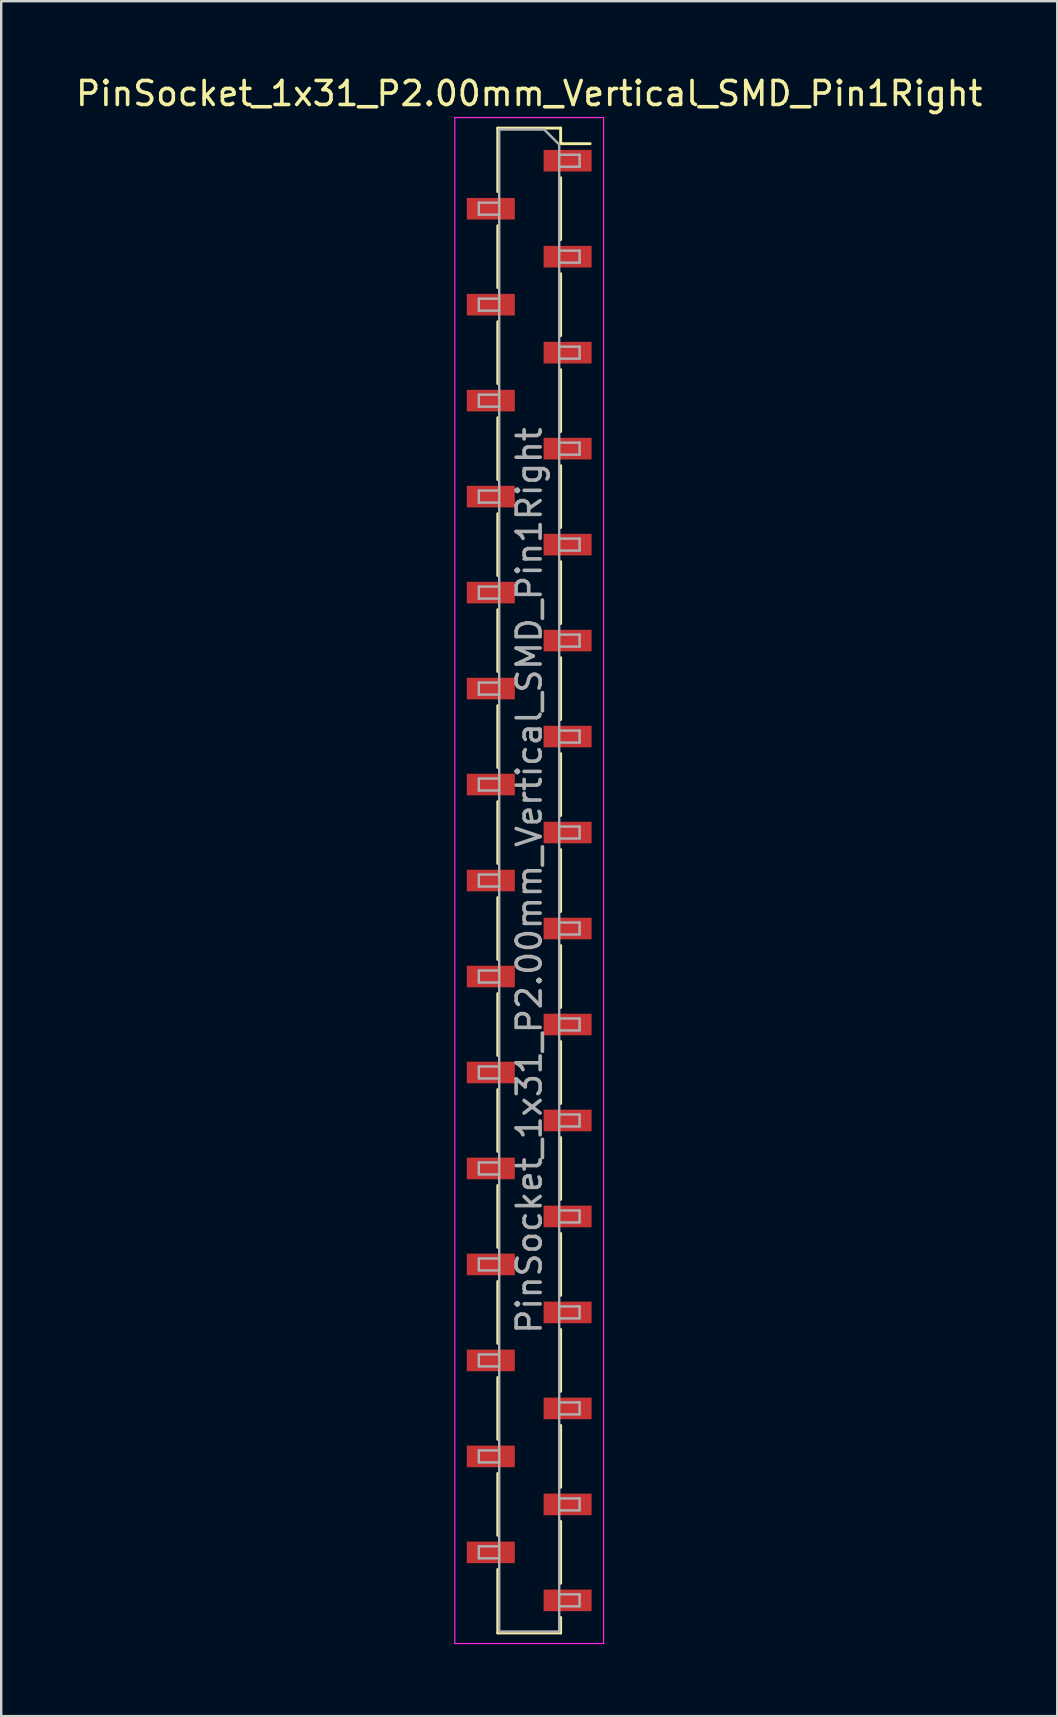
<source format=kicad_pcb>
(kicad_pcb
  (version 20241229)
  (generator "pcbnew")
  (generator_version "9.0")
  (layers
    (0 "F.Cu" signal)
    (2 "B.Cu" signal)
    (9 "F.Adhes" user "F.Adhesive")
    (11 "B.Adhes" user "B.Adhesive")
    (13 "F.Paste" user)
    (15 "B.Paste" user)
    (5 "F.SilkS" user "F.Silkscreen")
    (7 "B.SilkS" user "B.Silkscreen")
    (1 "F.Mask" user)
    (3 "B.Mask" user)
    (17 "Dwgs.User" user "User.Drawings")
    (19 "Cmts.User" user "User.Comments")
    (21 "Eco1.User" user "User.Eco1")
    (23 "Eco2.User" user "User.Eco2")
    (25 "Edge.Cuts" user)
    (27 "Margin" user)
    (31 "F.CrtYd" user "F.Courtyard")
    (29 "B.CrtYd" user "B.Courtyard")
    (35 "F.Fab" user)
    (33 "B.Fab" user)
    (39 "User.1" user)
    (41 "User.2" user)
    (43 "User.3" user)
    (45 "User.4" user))
  (footprint "PinSocket_1x31_P2.00mm_Vertical_SMD_Pin1Right"
    (layer "F.Cu")
    (at 19.006 33.648)
    (property "Reference" "PinSocket_1x31_P2.00mm_Vertical_SMD_Pin1Right" (at 0 -32.8 0) (layer "F.SilkS") (effects (font (size 1 1) (thickness 0.15))))
    (attr smd)
    (fp_line (start -1.31 -31.36) (end -1.31 -28.71) (stroke (width 0.12) (type solid)) (layer "F.SilkS"))
    (fp_line (start -1.31 -31.36) (end 1.31 -31.36) (stroke (width 0.12) (type solid)) (layer "F.SilkS"))
    (fp_line (start -1.31 -27.29) (end -1.31 -24.71) (stroke (width 0.12) (type solid)) (layer "F.SilkS"))
    (fp_line (start -1.31 -23.29) (end -1.31 -20.71) (stroke (width 0.12) (type solid)) (layer "F.SilkS"))
    (fp_line (start -1.31 -19.29) (end -1.31 -16.71) (stroke (width 0.12) (type solid)) (layer "F.SilkS"))
    (fp_line (start -1.31 -15.29) (end -1.31 -12.71) (stroke (width 0.12) (type solid)) (layer "F.SilkS"))
    (fp_line (start -1.31 -11.29) (end -1.31 -8.71) (stroke (width 0.12) (type solid)) (layer "F.SilkS"))
    (fp_line (start -1.31 -7.29) (end -1.31 -4.71) (stroke (width 0.12) (type solid)) (layer "F.SilkS"))
    (fp_line (start -1.31 -3.29) (end -1.31 -0.71) (stroke (width 0.12) (type solid)) (layer "F.SilkS"))
    (fp_line (start -1.31 0.71) (end -1.31 3.29) (stroke (width 0.12) (type solid)) (layer "F.SilkS"))
    (fp_line (start -1.31 4.71) (end -1.31 7.29) (stroke (width 0.12) (type solid)) (layer "F.SilkS"))
    (fp_line (start -1.31 8.71) (end -1.31 11.29) (stroke (width 0.12) (type solid)) (layer "F.SilkS"))
    (fp_line (start -1.31 12.71) (end -1.31 15.29) (stroke (width 0.12) (type solid)) (layer "F.SilkS"))
    (fp_line (start -1.31 16.71) (end -1.31 19.29) (stroke (width 0.12) (type solid)) (layer "F.SilkS"))
    (fp_line (start -1.31 20.71) (end -1.31 23.29) (stroke (width 0.12) (type solid)) (layer "F.SilkS"))
    (fp_line (start -1.31 24.71) (end -1.31 27.29) (stroke (width 0.12) (type solid)) (layer "F.SilkS"))
    (fp_line (start -1.31 28.71) (end -1.31 31.36) (stroke (width 0.12) (type solid)) (layer "F.SilkS"))
    (fp_line (start -1.31 31.36) (end 1.31 31.36) (stroke (width 0.12) (type solid)) (layer "F.SilkS"))
    (fp_line (start 1.31 -31.36) (end 1.31 -30.71) (stroke (width 0.12) (type solid)) (layer "F.SilkS"))
    (fp_line (start 1.31 -30.71) (end 2.54 -30.71) (stroke (width 0.12) (type solid)) (layer "F.SilkS"))
    (fp_line (start 1.31 -29.29) (end 1.31 -26.71) (stroke (width 0.12) (type solid)) (layer "F.SilkS"))
    (fp_line (start 1.31 -25.29) (end 1.31 -22.71) (stroke (width 0.12) (type solid)) (layer "F.SilkS"))
    (fp_line (start 1.31 -21.29) (end 1.31 -18.71) (stroke (width 0.12) (type solid)) (layer "F.SilkS"))
    (fp_line (start 1.31 -17.29) (end 1.31 -14.71) (stroke (width 0.12) (type solid)) (layer "F.SilkS"))
    (fp_line (start 1.31 -13.29) (end 1.31 -10.71) (stroke (width 0.12) (type solid)) (layer "F.SilkS"))
    (fp_line (start 1.31 -9.29) (end 1.31 -6.71) (stroke (width 0.12) (type solid)) (layer "F.SilkS"))
    (fp_line (start 1.31 -5.29) (end 1.31 -2.71) (stroke (width 0.12) (type solid)) (layer "F.SilkS"))
    (fp_line (start 1.31 -1.29) (end 1.31 1.29) (stroke (width 0.12) (type solid)) (layer "F.SilkS"))
    (fp_line (start 1.31 2.71) (end 1.31 5.29) (stroke (width 0.12) (type solid)) (layer "F.SilkS"))
    (fp_line (start 1.31 6.71) (end 1.31 9.29) (stroke (width 0.12) (type solid)) (layer "F.SilkS"))
    (fp_line (start 1.31 10.71) (end 1.31 13.29) (stroke (width 0.12) (type solid)) (layer "F.SilkS"))
    (fp_line (start 1.31 14.71) (end 1.31 17.29) (stroke (width 0.12) (type solid)) (layer "F.SilkS"))
    (fp_line (start 1.31 18.71) (end 1.31 21.29) (stroke (width 0.12) (type solid)) (layer "F.SilkS"))
    (fp_line (start 1.31 22.71) (end 1.31 25.29) (stroke (width 0.12) (type solid)) (layer "F.SilkS"))
    (fp_line (start 1.31 26.71) (end 1.31 29.29) (stroke (width 0.12) (type solid)) (layer "F.SilkS"))
    (fp_line (start 1.31 30.71) (end 1.31 31.36) (stroke (width 0.12) (type solid)) (layer "F.SilkS"))
    (fp_line (start -3.1 -31.8) (end 3.1 -31.8) (stroke (width 0.05) (type solid)) (layer "F.CrtYd"))
    (fp_line (start -3.1 31.8) (end -3.1 -31.8) (stroke (width 0.05) (type solid)) (layer "F.CrtYd"))
    (fp_line (start 3.1 -31.8) (end 3.1 31.8) (stroke (width 0.05) (type solid)) (layer "F.CrtYd"))
    (fp_line (start 3.1 31.8) (end -3.1 31.8) (stroke (width 0.05) (type solid)) (layer "F.CrtYd"))
    (fp_line (start -2.1 -28.25) (end -1.25 -28.25) (stroke (width 0.1) (type solid)) (layer "F.Fab"))
    (fp_line (start -2.1 -27.75) (end -2.1 -28.25) (stroke (width 0.1) (type solid)) (layer "F.Fab"))
    (fp_line (start -2.1 -24.25) (end -1.25 -24.25) (stroke (width 0.1) (type solid)) (layer "F.Fab"))
    (fp_line (start -2.1 -23.75) (end -2.1 -24.25) (stroke (width 0.1) (type solid)) (layer "F.Fab"))
    (fp_line (start -2.1 -20.25) (end -1.25 -20.25) (stroke (width 0.1) (type solid)) (layer "F.Fab"))
    (fp_line (start -2.1 -19.75) (end -2.1 -20.25) (stroke (width 0.1) (type solid)) (layer "F.Fab"))
    (fp_line (start -2.1 -16.25) (end -1.25 -16.25) (stroke (width 0.1) (type solid)) (layer "F.Fab"))
    (fp_line (start -2.1 -15.75) (end -2.1 -16.25) (stroke (width 0.1) (type solid)) (layer "F.Fab"))
    (fp_line (start -2.1 -12.25) (end -1.25 -12.25) (stroke (width 0.1) (type solid)) (layer "F.Fab"))
    (fp_line (start -2.1 -11.75) (end -2.1 -12.25) (stroke (width 0.1) (type solid)) (layer "F.Fab"))
    (fp_line (start -2.1 -8.25) (end -1.25 -8.25) (stroke (width 0.1) (type solid)) (layer "F.Fab"))
    (fp_line (start -2.1 -7.75) (end -2.1 -8.25) (stroke (width 0.1) (type solid)) (layer "F.Fab"))
    (fp_line (start -2.1 -4.25) (end -1.25 -4.25) (stroke (width 0.1) (type solid)) (layer "F.Fab"))
    (fp_line (start -2.1 -3.75) (end -2.1 -4.25) (stroke (width 0.1) (type solid)) (layer "F.Fab"))
    (fp_line (start -2.1 -0.25) (end -1.25 -0.25) (stroke (width 0.1) (type solid)) (layer "F.Fab"))
    (fp_line (start -2.1 0.25) (end -2.1 -0.25) (stroke (width 0.1) (type solid)) (layer "F.Fab"))
    (fp_line (start -2.1 3.75) (end -1.25 3.75) (stroke (width 0.1) (type solid)) (layer "F.Fab"))
    (fp_line (start -2.1 4.25) (end -2.1 3.75) (stroke (width 0.1) (type solid)) (layer "F.Fab"))
    (fp_line (start -2.1 7.75) (end -1.25 7.75) (stroke (width 0.1) (type solid)) (layer "F.Fab"))
    (fp_line (start -2.1 8.25) (end -2.1 7.75) (stroke (width 0.1) (type solid)) (layer "F.Fab"))
    (fp_line (start -2.1 11.75) (end -1.25 11.75) (stroke (width 0.1) (type solid)) (layer "F.Fab"))
    (fp_line (start -2.1 12.25) (end -2.1 11.75) (stroke (width 0.1) (type solid)) (layer "F.Fab"))
    (fp_line (start -2.1 15.75) (end -1.25 15.75) (stroke (width 0.1) (type solid)) (layer "F.Fab"))
    (fp_line (start -2.1 16.25) (end -2.1 15.75) (stroke (width 0.1) (type solid)) (layer "F.Fab"))
    (fp_line (start -2.1 19.75) (end -1.25 19.75) (stroke (width 0.1) (type solid)) (layer "F.Fab"))
    (fp_line (start -2.1 20.25) (end -2.1 19.75) (stroke (width 0.1) (type solid)) (layer "F.Fab"))
    (fp_line (start -2.1 23.75) (end -1.25 23.75) (stroke (width 0.1) (type solid)) (layer "F.Fab"))
    (fp_line (start -2.1 24.25) (end -2.1 23.75) (stroke (width 0.1) (type solid)) (layer "F.Fab"))
    (fp_line (start -2.1 27.75) (end -1.25 27.75) (stroke (width 0.1) (type solid)) (layer "F.Fab"))
    (fp_line (start -2.1 28.25) (end -2.1 27.75) (stroke (width 0.1) (type solid)) (layer "F.Fab"))
    (fp_line (start -1.25 -31.3) (end 0.625 -31.3) (stroke (width 0.1) (type solid)) (layer "F.Fab"))
    (fp_line (start -1.25 -27.75) (end -2.1 -27.75) (stroke (width 0.1) (type solid)) (layer "F.Fab"))
    (fp_line (start -1.25 -23.75) (end -2.1 -23.75) (stroke (width 0.1) (type solid)) (layer "F.Fab"))
    (fp_line (start -1.25 -19.75) (end -2.1 -19.75) (stroke (width 0.1) (type solid)) (layer "F.Fab"))
    (fp_line (start -1.25 -15.75) (end -2.1 -15.75) (stroke (width 0.1) (type solid)) (layer "F.Fab"))
    (fp_line (start -1.25 -11.75) (end -2.1 -11.75) (stroke (width 0.1) (type solid)) (layer "F.Fab"))
    (fp_line (start -1.25 -7.75) (end -2.1 -7.75) (stroke (width 0.1) (type solid)) (layer "F.Fab"))
    (fp_line (start -1.25 -3.75) (end -2.1 -3.75) (stroke (width 0.1) (type solid)) (layer "F.Fab"))
    (fp_line (start -1.25 0.25) (end -2.1 0.25) (stroke (width 0.1) (type solid)) (layer "F.Fab"))
    (fp_line (start -1.25 4.25) (end -2.1 4.25) (stroke (width 0.1) (type solid)) (layer "F.Fab"))
    (fp_line (start -1.25 8.25) (end -2.1 8.25) (stroke (width 0.1) (type solid)) (layer "F.Fab"))
    (fp_line (start -1.25 12.25) (end -2.1 12.25) (stroke (width 0.1) (type solid)) (layer "F.Fab"))
    (fp_line (start -1.25 16.25) (end -2.1 16.25) (stroke (width 0.1) (type solid)) (layer "F.Fab"))
    (fp_line (start -1.25 20.25) (end -2.1 20.25) (stroke (width 0.1) (type solid)) (layer "F.Fab"))
    (fp_line (start -1.25 24.25) (end -2.1 24.25) (stroke (width 0.1) (type solid)) (layer "F.Fab"))
    (fp_line (start -1.25 28.25) (end -2.1 28.25) (stroke (width 0.1) (type solid)) (layer "F.Fab"))
    (fp_line (start -1.25 31.3) (end -1.25 -31.3) (stroke (width 0.1) (type solid)) (layer "F.Fab"))
    (fp_line (start 0.625 -31.3) (end 1.25 -30.675) (stroke (width 0.1) (type solid)) (layer "F.Fab"))
    (fp_line (start 1.25 -30.675) (end 1.25 31.3) (stroke (width 0.1) (type solid)) (layer "F.Fab"))
    (fp_line (start 1.25 -30.25) (end 2.1 -30.25) (stroke (width 0.1) (type solid)) (layer "F.Fab"))
    (fp_line (start 1.25 -26.25) (end 2.1 -26.25) (stroke (width 0.1) (type solid)) (layer "F.Fab"))
    (fp_line (start 1.25 -22.25) (end 2.1 -22.25) (stroke (width 0.1) (type solid)) (layer "F.Fab"))
    (fp_line (start 1.25 -18.25) (end 2.1 -18.25) (stroke (width 0.1) (type solid)) (layer "F.Fab"))
    (fp_line (start 1.25 -14.25) (end 2.1 -14.25) (stroke (width 0.1) (type solid)) (layer "F.Fab"))
    (fp_line (start 1.25 -10.25) (end 2.1 -10.25) (stroke (width 0.1) (type solid)) (layer "F.Fab"))
    (fp_line (start 1.25 -6.25) (end 2.1 -6.25) (stroke (width 0.1) (type solid)) (layer "F.Fab"))
    (fp_line (start 1.25 -2.25) (end 2.1 -2.25) (stroke (width 0.1) (type solid)) (layer "F.Fab"))
    (fp_line (start 1.25 1.75) (end 2.1 1.75) (stroke (width 0.1) (type solid)) (layer "F.Fab"))
    (fp_line (start 1.25 5.75) (end 2.1 5.75) (stroke (width 0.1) (type solid)) (layer "F.Fab"))
    (fp_line (start 1.25 9.75) (end 2.1 9.75) (stroke (width 0.1) (type solid)) (layer "F.Fab"))
    (fp_line (start 1.25 13.75) (end 2.1 13.75) (stroke (width 0.1) (type solid)) (layer "F.Fab"))
    (fp_line (start 1.25 17.75) (end 2.1 17.75) (stroke (width 0.1) (type solid)) (layer "F.Fab"))
    (fp_line (start 1.25 21.75) (end 2.1 21.75) (stroke (width 0.1) (type solid)) (layer "F.Fab"))
    (fp_line (start 1.25 25.75) (end 2.1 25.75) (stroke (width 0.1) (type solid)) (layer "F.Fab"))
    (fp_line (start 1.25 29.75) (end 2.1 29.75) (stroke (width 0.1) (type solid)) (layer "F.Fab"))
    (fp_line (start 1.25 31.3) (end -1.25 31.3) (stroke (width 0.1) (type solid)) (layer "F.Fab"))
    (fp_line (start 2.1 -30.25) (end 2.1 -29.75) (stroke (width 0.1) (type solid)) (layer "F.Fab"))
    (fp_line (start 2.1 -29.75) (end 1.25 -29.75) (stroke (width 0.1) (type solid)) (layer "F.Fab"))
    (fp_line (start 2.1 -26.25) (end 2.1 -25.75) (stroke (width 0.1) (type solid)) (layer "F.Fab"))
    (fp_line (start 2.1 -25.75) (end 1.25 -25.75) (stroke (width 0.1) (type solid)) (layer "F.Fab"))
    (fp_line (start 2.1 -22.25) (end 2.1 -21.75) (stroke (width 0.1) (type solid)) (layer "F.Fab"))
    (fp_line (start 2.1 -21.75) (end 1.25 -21.75) (stroke (width 0.1) (type solid)) (layer "F.Fab"))
    (fp_line (start 2.1 -18.25) (end 2.1 -17.75) (stroke (width 0.1) (type solid)) (layer "F.Fab"))
    (fp_line (start 2.1 -17.75) (end 1.25 -17.75) (stroke (width 0.1) (type solid)) (layer "F.Fab"))
    (fp_line (start 2.1 -14.25) (end 2.1 -13.75) (stroke (width 0.1) (type solid)) (layer "F.Fab"))
    (fp_line (start 2.1 -13.75) (end 1.25 -13.75) (stroke (width 0.1) (type solid)) (layer "F.Fab"))
    (fp_line (start 2.1 -10.25) (end 2.1 -9.75) (stroke (width 0.1) (type solid)) (layer "F.Fab"))
    (fp_line (start 2.1 -9.75) (end 1.25 -9.75) (stroke (width 0.1) (type solid)) (layer "F.Fab"))
    (fp_line (start 2.1 -6.25) (end 2.1 -5.75) (stroke (width 0.1) (type solid)) (layer "F.Fab"))
    (fp_line (start 2.1 -5.75) (end 1.25 -5.75) (stroke (width 0.1) (type solid)) (layer "F.Fab"))
    (fp_line (start 2.1 -2.25) (end 2.1 -1.75) (stroke (width 0.1) (type solid)) (layer "F.Fab"))
    (fp_line (start 2.1 -1.75) (end 1.25 -1.75) (stroke (width 0.1) (type solid)) (layer "F.Fab"))
    (fp_line (start 2.1 1.75) (end 2.1 2.25) (stroke (width 0.1) (type solid)) (layer "F.Fab"))
    (fp_line (start 2.1 2.25) (end 1.25 2.25) (stroke (width 0.1) (type solid)) (layer "F.Fab"))
    (fp_line (start 2.1 5.75) (end 2.1 6.25) (stroke (width 0.1) (type solid)) (layer "F.Fab"))
    (fp_line (start 2.1 6.25) (end 1.25 6.25) (stroke (width 0.1) (type solid)) (layer "F.Fab"))
    (fp_line (start 2.1 9.75) (end 2.1 10.25) (stroke (width 0.1) (type solid)) (layer "F.Fab"))
    (fp_line (start 2.1 10.25) (end 1.25 10.25) (stroke (width 0.1) (type solid)) (layer "F.Fab"))
    (fp_line (start 2.1 13.75) (end 2.1 14.25) (stroke (width 0.1) (type solid)) (layer "F.Fab"))
    (fp_line (start 2.1 14.25) (end 1.25 14.25) (stroke (width 0.1) (type solid)) (layer "F.Fab"))
    (fp_line (start 2.1 17.75) (end 2.1 18.25) (stroke (width 0.1) (type solid)) (layer "F.Fab"))
    (fp_line (start 2.1 18.25) (end 1.25 18.25) (stroke (width 0.1) (type solid)) (layer "F.Fab"))
    (fp_line (start 2.1 21.75) (end 2.1 22.25) (stroke (width 0.1) (type solid)) (layer "F.Fab"))
    (fp_line (start 2.1 22.25) (end 1.25 22.25) (stroke (width 0.1) (type solid)) (layer "F.Fab"))
    (fp_line (start 2.1 25.75) (end 2.1 26.25) (stroke (width 0.1) (type solid)) (layer "F.Fab"))
    (fp_line (start 2.1 26.25) (end 1.25 26.25) (stroke (width 0.1) (type solid)) (layer "F.Fab"))
    (fp_line (start 2.1 29.75) (end 2.1 30.25) (stroke (width 0.1) (type solid)) (layer "F.Fab"))
    (fp_line (start 2.1 30.25) (end 1.25 30.25) (stroke (width 0.1) (type solid)) (layer "F.Fab"))
    (fp_text user "${REFERENCE}" (at 0 0 90) (layer "F.Fab") (effects (font (size 1 1) (thickness 0.15))))
    (pad "1" smd rect (at 1.6 -30) (size 2 0.9) (layers "F.Cu" "F.Mask" "F.Paste"))
    (pad "2" smd rect (at -1.6 -28) (size 2 0.9) (layers "F.Cu" "F.Mask" "F.Paste"))
    (pad "3" smd rect (at 1.6 -26) (size 2 0.9) (layers "F.Cu" "F.Mask" "F.Paste"))
    (pad "4" smd rect (at -1.6 -24) (size 2 0.9) (layers "F.Cu" "F.Mask" "F.Paste"))
    (pad "5" smd rect (at 1.6 -22) (size 2 0.9) (layers "F.Cu" "F.Mask" "F.Paste"))
    (pad "6" smd rect (at -1.6 -20) (size 2 0.9) (layers "F.Cu" "F.Mask" "F.Paste"))
    (pad "7" smd rect (at 1.6 -18) (size 2 0.9) (layers "F.Cu" "F.Mask" "F.Paste"))
    (pad "8" smd rect (at -1.6 -16) (size 2 0.9) (layers "F.Cu" "F.Mask" "F.Paste"))
    (pad "9" smd rect (at 1.6 -14) (size 2 0.9) (layers "F.Cu" "F.Mask" "F.Paste"))
    (pad "10" smd rect (at -1.6 -12) (size 2 0.9) (layers "F.Cu" "F.Mask" "F.Paste"))
    (pad "11" smd rect (at 1.6 -10) (size 2 0.9) (layers "F.Cu" "F.Mask" "F.Paste"))
    (pad "12" smd rect (at -1.6 -8) (size 2 0.9) (layers "F.Cu" "F.Mask" "F.Paste"))
    (pad "13" smd rect (at 1.6 -6) (size 2 0.9) (layers "F.Cu" "F.Mask" "F.Paste"))
    (pad "14" smd rect (at -1.6 -4) (size 2 0.9) (layers "F.Cu" "F.Mask" "F.Paste"))
    (pad "15" smd rect (at 1.6 -2) (size 2 0.9) (layers "F.Cu" "F.Mask" "F.Paste"))
    (pad "16" smd rect (at -1.6 0) (size 2 0.9) (layers "F.Cu" "F.Mask" "F.Paste"))
    (pad "17" smd rect (at 1.6 2) (size 2 0.9) (layers "F.Cu" "F.Mask" "F.Paste"))
    (pad "18" smd rect (at -1.6 4) (size 2 0.9) (layers "F.Cu" "F.Mask" "F.Paste"))
    (pad "19" smd rect (at 1.6 6) (size 2 0.9) (layers "F.Cu" "F.Mask" "F.Paste"))
    (pad "20" smd rect (at -1.6 8) (size 2 0.9) (layers "F.Cu" "F.Mask" "F.Paste"))
    (pad "21" smd rect (at 1.6 10) (size 2 0.9) (layers "F.Cu" "F.Mask" "F.Paste"))
    (pad "22" smd rect (at -1.6 12) (size 2 0.9) (layers "F.Cu" "F.Mask" "F.Paste"))
    (pad "23" smd rect (at 1.6 14) (size 2 0.9) (layers "F.Cu" "F.Mask" "F.Paste"))
    (pad "24" smd rect (at -1.6 16) (size 2 0.9) (layers "F.Cu" "F.Mask" "F.Paste"))
    (pad "25" smd rect (at 1.6 18) (size 2 0.9) (layers "F.Cu" "F.Mask" "F.Paste"))
    (pad "26" smd rect (at -1.6 20) (size 2 0.9) (layers "F.Cu" "F.Mask" "F.Paste"))
    (pad "27" smd rect (at 1.6 22) (size 2 0.9) (layers "F.Cu" "F.Mask" "F.Paste"))
    (pad "28" smd rect (at -1.6 24) (size 2 0.9) (layers "F.Cu" "F.Mask" "F.Paste"))
    (pad "29" smd rect (at 1.6 26) (size 2 0.9) (layers "F.Cu" "F.Mask" "F.Paste"))
    (pad "30" smd rect (at -1.6 28) (size 2 0.9) (layers "F.Cu" "F.Mask" "F.Paste"))
    (pad "31" smd rect (at 1.6 30) (size 2 0.9) (layers "F.Cu" "F.Mask" "F.Paste")))
  (gr_rect
    (start -3 -3)
    (end 41.012 68.473)
    (stroke (width 0.1) (type default))
    (fill no)
    (layer "Edge.Cuts")))
</source>
